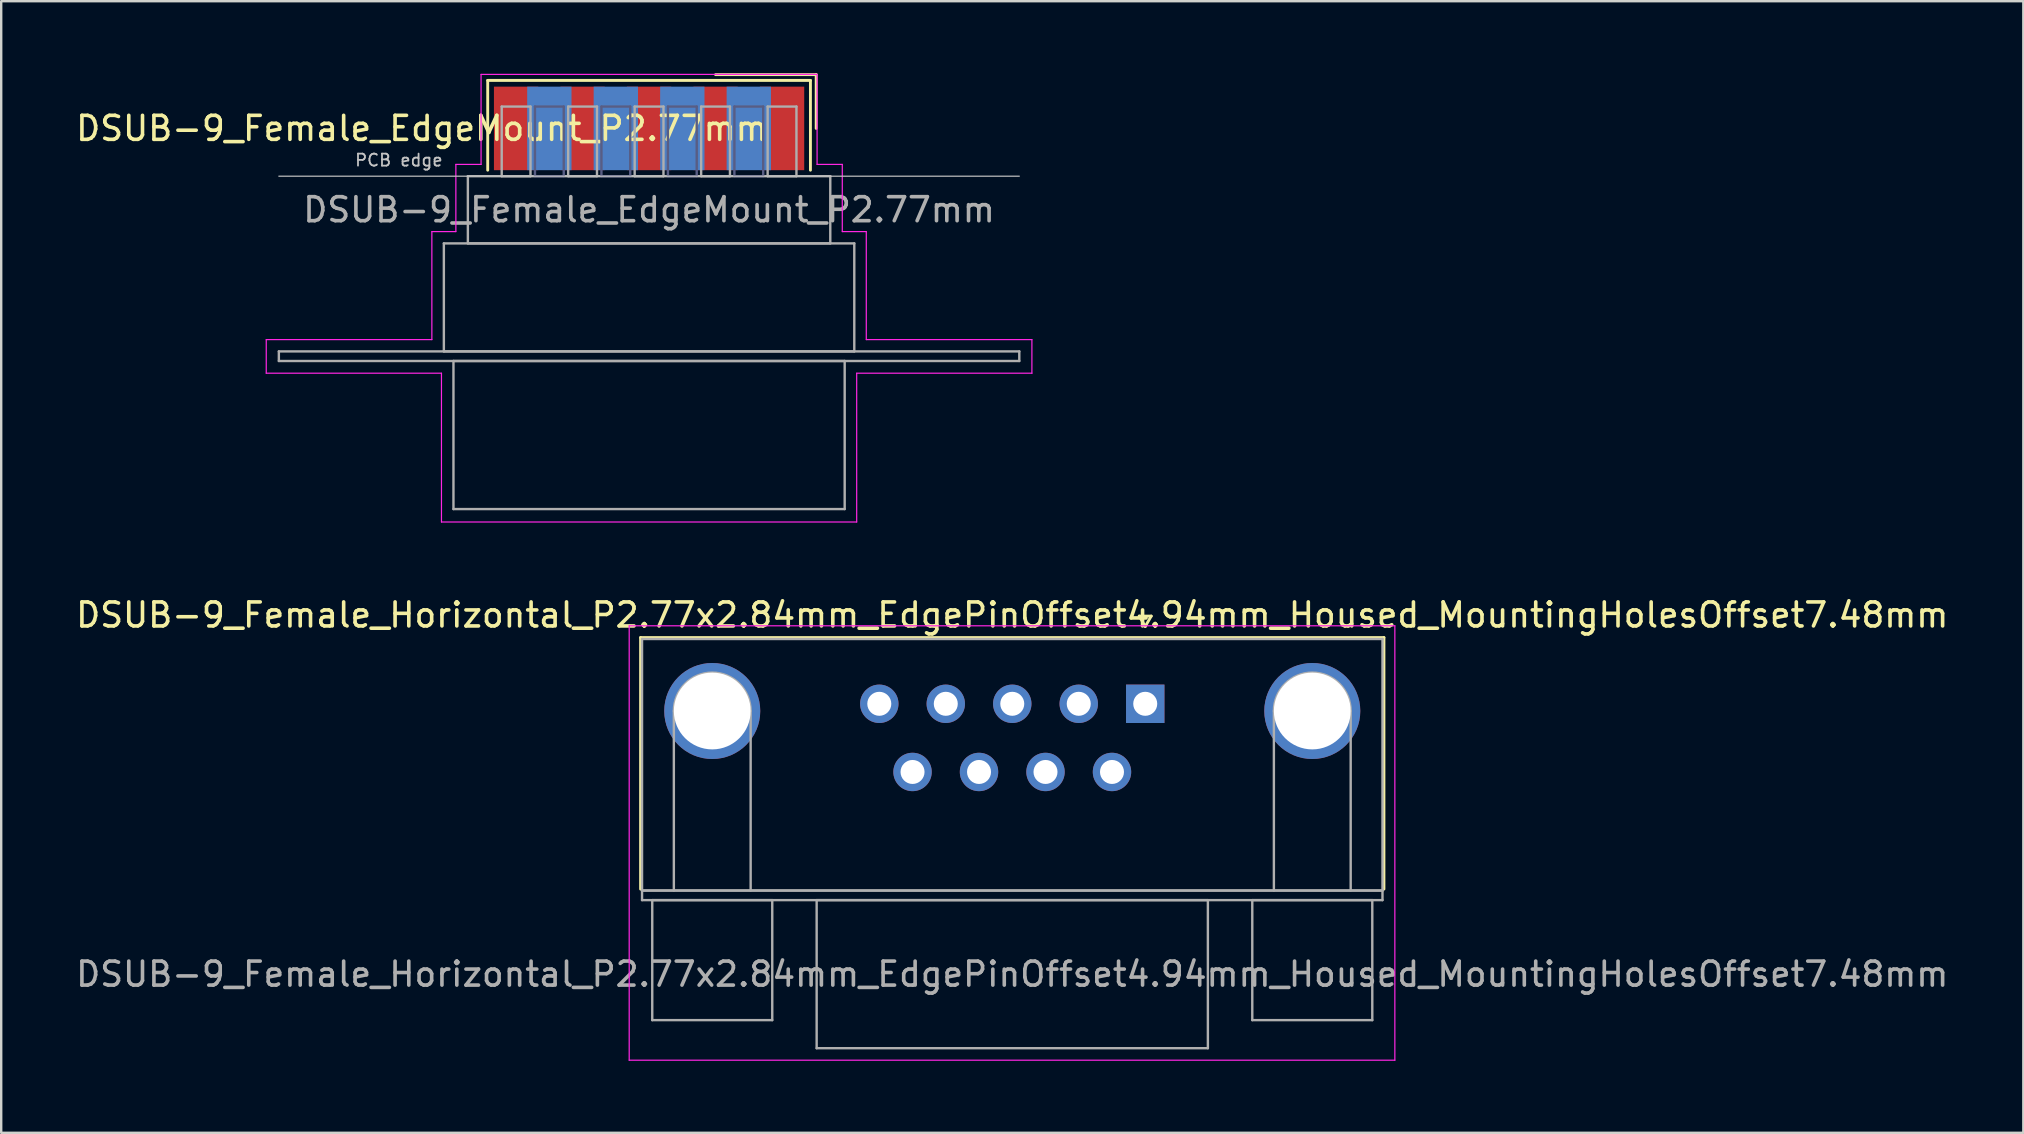
<source format=kicad_pcb>
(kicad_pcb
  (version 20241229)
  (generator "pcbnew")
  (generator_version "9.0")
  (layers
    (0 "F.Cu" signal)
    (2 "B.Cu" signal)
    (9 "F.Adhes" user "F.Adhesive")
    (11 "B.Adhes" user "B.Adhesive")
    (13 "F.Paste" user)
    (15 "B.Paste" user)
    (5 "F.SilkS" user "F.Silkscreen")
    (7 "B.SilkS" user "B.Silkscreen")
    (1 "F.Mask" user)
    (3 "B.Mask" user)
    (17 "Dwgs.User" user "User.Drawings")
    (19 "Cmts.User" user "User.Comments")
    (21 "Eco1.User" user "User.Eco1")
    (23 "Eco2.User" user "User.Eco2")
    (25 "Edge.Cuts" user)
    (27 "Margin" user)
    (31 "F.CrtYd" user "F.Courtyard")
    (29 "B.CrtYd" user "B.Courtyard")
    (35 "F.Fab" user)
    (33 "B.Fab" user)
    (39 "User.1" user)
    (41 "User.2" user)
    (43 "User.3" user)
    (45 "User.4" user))
  (footprint "DSUB-9_Female_Horizontal_P2.77x2.84mm_EdgePinOffset4.94mm_Housed_MountingHolesOffset7.48mm"
    (layer "F.Cu")
    (at 44.665 26.273)
    (property "Reference" "DSUB-9_Female_Horizontal_P2.77x2.84mm_EdgePinOffset4.94mm_Housed_MountingHolesOffset7.48mm" (at -5.54 -3.7 0) (layer "F.SilkS") (effects (font (size 1 1) (thickness 0.15))))
    (attr through_hole)
    (fp_line (start -21.025 -2.76) (end 9.945 -2.76) (stroke (width 0.12) (type solid)) (layer "F.SilkS"))
    (fp_line (start -21.025 7.72) (end -21.025 -2.76) (stroke (width 0.12) (type solid)) (layer "F.SilkS"))
    (fp_line (start -0.25 -3.654) (end 0.25 -3.654) (stroke (width 0.12) (type solid)) (layer "F.SilkS"))
    (fp_line (start 0 -3.221) (end -0.25 -3.654) (stroke (width 0.12) (type solid)) (layer "F.SilkS"))
    (fp_line (start 0.25 -3.654) (end 0 -3.221) (stroke (width 0.12) (type solid)) (layer "F.SilkS"))
    (fp_line (start 9.945 -2.76) (end 9.945 7.72) (stroke (width 0.12) (type solid)) (layer "F.SilkS"))
    (fp_line (start -21.5 -3.25) (end -21.5 14.85) (stroke (width 0.05) (type solid)) (layer "F.CrtYd"))
    (fp_line (start -21.5 14.85) (end 10.4 14.85) (stroke (width 0.05) (type solid)) (layer "F.CrtYd"))
    (fp_line (start 10.4 -3.25) (end -21.5 -3.25) (stroke (width 0.05) (type solid)) (layer "F.CrtYd"))
    (fp_line (start 10.4 14.85) (end 10.4 -3.25) (stroke (width 0.05) (type solid)) (layer "F.CrtYd"))
    (fp_line (start -20.965 -2.7) (end -20.965 7.78) (stroke (width 0.1) (type solid)) (layer "F.Fab"))
    (fp_line (start -20.965 7.78) (end -20.965 8.18) (stroke (width 0.1) (type solid)) (layer "F.Fab"))
    (fp_line (start -20.965 7.78) (end 9.885 7.78) (stroke (width 0.1) (type solid)) (layer "F.Fab"))
    (fp_line (start -20.965 8.18) (end 9.885 8.18) (stroke (width 0.1) (type solid)) (layer "F.Fab"))
    (fp_line (start -20.54 8.18) (end -20.54 13.18) (stroke (width 0.1) (type solid)) (layer "F.Fab"))
    (fp_line (start -20.54 13.18) (end -15.54 13.18) (stroke (width 0.1) (type solid)) (layer "F.Fab"))
    (fp_line (start -19.64 7.78) (end -19.64 0.3) (stroke (width 0.1) (type solid)) (layer "F.Fab"))
    (fp_line (start -16.44 7.78) (end -16.44 0.3) (stroke (width 0.1) (type solid)) (layer "F.Fab"))
    (fp_line (start -15.54 8.18) (end -20.54 8.18) (stroke (width 0.1) (type solid)) (layer "F.Fab"))
    (fp_line (start -15.54 13.18) (end -15.54 8.18) (stroke (width 0.1) (type solid)) (layer "F.Fab"))
    (fp_line (start -13.69 8.18) (end -13.69 14.35) (stroke (width 0.1) (type solid)) (layer "F.Fab"))
    (fp_line (start -13.69 14.35) (end 2.61 14.35) (stroke (width 0.1) (type solid)) (layer "F.Fab"))
    (fp_line (start 2.61 8.18) (end -13.69 8.18) (stroke (width 0.1) (type solid)) (layer "F.Fab"))
    (fp_line (start 2.61 14.35) (end 2.61 8.18) (stroke (width 0.1) (type solid)) (layer "F.Fab"))
    (fp_line (start 4.46 8.18) (end 4.46 13.18) (stroke (width 0.1) (type solid)) (layer "F.Fab"))
    (fp_line (start 4.46 13.18) (end 9.46 13.18) (stroke (width 0.1) (type solid)) (layer "F.Fab"))
    (fp_line (start 5.36 7.78) (end 5.36 0.3) (stroke (width 0.1) (type solid)) (layer "F.Fab"))
    (fp_line (start 8.56 7.78) (end 8.56 0.3) (stroke (width 0.1) (type solid)) (layer "F.Fab"))
    (fp_line (start 9.46 8.18) (end 4.46 8.18) (stroke (width 0.1) (type solid)) (layer "F.Fab"))
    (fp_line (start 9.46 13.18) (end 9.46 8.18) (stroke (width 0.1) (type solid)) (layer "F.Fab"))
    (fp_line (start 9.885 -2.7) (end -20.965 -2.7) (stroke (width 0.1) (type solid)) (layer "F.Fab"))
    (fp_line (start 9.885 7.78) (end -20.965 7.78) (stroke (width 0.1) (type solid)) (layer "F.Fab"))
    (fp_line (start 9.885 7.78) (end 9.885 -2.7) (stroke (width 0.1) (type solid)) (layer "F.Fab"))
    (fp_line (start 9.885 8.18) (end 9.885 7.78) (stroke (width 0.1) (type solid)) (layer "F.Fab"))
    (fp_arc (start -19.64 0.3) (mid -18.04 -1.3) (end -16.44 0.3) (stroke (width 0.1) (type solid)) (layer "F.Fab"))
    (fp_arc (start 5.36 0.3) (mid 6.96 -1.3) (end 8.56 0.3) (stroke (width 0.1) (type solid)) (layer "F.Fab"))
    (fp_text user "${REFERENCE}" (at -5.54 11.265 0) (layer "F.Fab") (effects (font (size 1 1) (thickness 0.15))))
    (pad "0" thru_hole circle (at -18.04 0.3) (size 4 4) (drill 3.2) (layers "*.Cu" "*.Mask"))
    (pad "0" thru_hole circle (at 6.96 0.3) (size 4 4) (drill 3.2) (layers "*.Cu" "*.Mask"))
    (pad "1" thru_hole rect (at 0 0) (size 1.6 1.6) (drill 1) (layers "*.Cu" "*.Mask"))
    (pad "2" thru_hole circle (at -2.77 0) (size 1.6 1.6) (drill 1) (layers "*.Cu" "*.Mask"))
    (pad "3" thru_hole circle (at -5.54 0) (size 1.6 1.6) (drill 1) (layers "*.Cu" "*.Mask"))
    (pad "4" thru_hole circle (at -8.31 0) (size 1.6 1.6) (drill 1) (layers "*.Cu" "*.Mask"))
    (pad "5" thru_hole circle (at -11.08 0) (size 1.6 1.6) (drill 1) (layers "*.Cu" "*.Mask"))
    (pad "6" thru_hole circle (at -1.385 2.84) (size 1.6 1.6) (drill 1) (layers "*.Cu" "*.Mask"))
    (pad "7" thru_hole circle (at -4.155 2.84) (size 1.6 1.6) (drill 1) (layers "*.Cu" "*.Mask"))
    (pad "8" thru_hole circle (at -6.925 2.84) (size 1.6 1.6) (drill 1) (layers "*.Cu" "*.Mask"))
    (pad "9" thru_hole circle (at -9.695 2.84) (size 1.6 1.6) (drill 1) (layers "*.Cu" "*.Mask")))
  (footprint "DSUB-9_Female_EdgeMount_P2.77mm"
    (layer "F.Cu")
    (at 23.993 2.3)
    (property "Reference" "DSUB-9_Female_EdgeMount_P2.77mm" (at -9.463 0 0) (layer "F.SilkS") (effects (font (size 1 1) (thickness 0.15))))
    (attr smd)
    (fp_line (start -6.723 -2) (end -6.723 1.74) (stroke (width 0.12) (type solid)) (layer "F.SilkS"))
    (fp_line (start 6.723 -2) (end -6.723 -2) (stroke (width 0.12) (type solid)) (layer "F.SilkS"))
    (fp_line (start 6.723 1.74) (end 6.723 -2) (stroke (width 0.12) (type solid)) (layer "F.SilkS"))
    (fp_line (start 6.963 -2.24) (end 2.77 -2.24) (stroke (width 0.12) (type solid)) (layer "F.SilkS"))
    (fp_line (start 6.963 0) (end 6.963 -2.24) (stroke (width 0.12) (type solid)) (layer "F.SilkS"))
    (fp_line (start -15.425 1.99) (end 15.425 1.99) (stroke (width 0.05) (type solid)) (layer "Dwgs.User"))
    (fp_line (start -15.95 8.8) (end -9.05 8.8) (stroke (width 0.05) (type solid)) (layer "F.CrtYd"))
    (fp_line (start -15.95 10.2) (end -15.95 8.8) (stroke (width 0.05) (type solid)) (layer "F.CrtYd"))
    (fp_line (start -9.05 4.3) (end -8.05 4.3) (stroke (width 0.05) (type solid)) (layer "F.CrtYd"))
    (fp_line (start -9.05 8.8) (end -9.05 4.3) (stroke (width 0.05) (type solid)) (layer "F.CrtYd"))
    (fp_line (start -8.65 10.2) (end -15.95 10.2) (stroke (width 0.05) (type solid)) (layer "F.CrtYd"))
    (fp_line (start -8.65 16.4) (end -8.65 10.2) (stroke (width 0.05) (type solid)) (layer "F.CrtYd"))
    (fp_line (start -8.05 1.5) (end -7 1.5) (stroke (width 0.05) (type solid)) (layer "F.CrtYd"))
    (fp_line (start -8.05 4.3) (end -8.05 1.5) (stroke (width 0.05) (type solid)) (layer "F.CrtYd"))
    (fp_line (start -7 -2.25) (end 7 -2.25) (stroke (width 0.05) (type solid)) (layer "F.CrtYd"))
    (fp_line (start -7 1.5) (end -7 -2.25) (stroke (width 0.05) (type solid)) (layer "F.CrtYd"))
    (fp_line (start 7 -2.25) (end 7 1.5) (stroke (width 0.05) (type solid)) (layer "F.CrtYd"))
    (fp_line (start 7 1.5) (end 8.05 1.5) (stroke (width 0.05) (type solid)) (layer "F.CrtYd"))
    (fp_line (start 8.05 1.5) (end 8.05 4.3) (stroke (width 0.05) (type solid)) (layer "F.CrtYd"))
    (fp_line (start 8.05 4.3) (end 9.05 4.3) (stroke (width 0.05) (type solid)) (layer "F.CrtYd"))
    (fp_line (start 8.65 10.2) (end 8.65 16.4) (stroke (width 0.05) (type solid)) (layer "F.CrtYd"))
    (fp_line (start 8.65 16.4) (end -8.65 16.4) (stroke (width 0.05) (type solid)) (layer "F.CrtYd"))
    (fp_line (start 9.05 4.3) (end 9.05 8.8) (stroke (width 0.05) (type solid)) (layer "F.CrtYd"))
    (fp_line (start 9.05 8.8) (end 15.95 8.8) (stroke (width 0.05) (type solid)) (layer "F.CrtYd"))
    (fp_line (start 15.95 8.8) (end 15.95 10.2) (stroke (width 0.05) (type solid)) (layer "F.CrtYd"))
    (fp_line (start 15.95 10.2) (end 8.65 10.2) (stroke (width 0.05) (type solid)) (layer "F.CrtYd"))
    (fp_line (start -4.755 -0.91) (end -4.755 1.99) (stroke (width 0.1) (type solid)) (layer "B.Fab"))
    (fp_line (start -4.755 1.99) (end -3.555 1.99) (stroke (width 0.1) (type solid)) (layer "B.Fab"))
    (fp_line (start -3.555 -0.91) (end -4.755 -0.91) (stroke (width 0.1) (type solid)) (layer "B.Fab"))
    (fp_line (start -3.555 1.99) (end -3.555 -0.91) (stroke (width 0.1) (type solid)) (layer "B.Fab"))
    (fp_line (start -1.985 -0.91) (end -1.985 1.99) (stroke (width 0.1) (type solid)) (layer "B.Fab"))
    (fp_line (start -1.985 1.99) (end -0.785 1.99) (stroke (width 0.1) (type solid)) (layer "B.Fab"))
    (fp_line (start -0.785 -0.91) (end -1.985 -0.91) (stroke (width 0.1) (type solid)) (layer "B.Fab"))
    (fp_line (start -0.785 1.99) (end -0.785 -0.91) (stroke (width 0.1) (type solid)) (layer "B.Fab"))
    (fp_line (start 0.785 -0.91) (end 0.785 1.99) (stroke (width 0.1) (type solid)) (layer "B.Fab"))
    (fp_line (start 0.785 1.99) (end 1.985 1.99) (stroke (width 0.1) (type solid)) (layer "B.Fab"))
    (fp_line (start 1.985 -0.91) (end 0.785 -0.91) (stroke (width 0.1) (type solid)) (layer "B.Fab"))
    (fp_line (start 1.985 1.99) (end 1.985 -0.91) (stroke (width 0.1) (type solid)) (layer "B.Fab"))
    (fp_line (start 3.555 -0.91) (end 3.555 1.99) (stroke (width 0.1) (type solid)) (layer "B.Fab"))
    (fp_line (start 3.555 1.99) (end 4.755 1.99) (stroke (width 0.1) (type solid)) (layer "B.Fab"))
    (fp_line (start 4.755 -0.91) (end 3.555 -0.91) (stroke (width 0.1) (type solid)) (layer "B.Fab"))
    (fp_line (start 4.755 1.99) (end 4.755 -0.91) (stroke (width 0.1) (type solid)) (layer "B.Fab"))
    (fp_line (start -15.425 9.29) (end -15.425 9.69) (stroke (width 0.1) (type solid)) (layer "F.Fab"))
    (fp_line (start -15.425 9.69) (end 15.425 9.69) (stroke (width 0.1) (type solid)) (layer "F.Fab"))
    (fp_line (start -8.55 4.79) (end -8.55 9.29) (stroke (width 0.1) (type solid)) (layer "F.Fab"))
    (fp_line (start -8.55 9.29) (end 8.55 9.29) (stroke (width 0.1) (type solid)) (layer "F.Fab"))
    (fp_line (start -8.15 9.69) (end -8.15 15.86) (stroke (width 0.1) (type solid)) (layer "F.Fab"))
    (fp_line (start -8.15 15.86) (end 8.15 15.86) (stroke (width 0.1) (type solid)) (layer "F.Fab"))
    (fp_line (start -7.55 1.99) (end -7.55 4.79) (stroke (width 0.1) (type solid)) (layer "F.Fab"))
    (fp_line (start -7.55 4.79) (end 7.55 4.79) (stroke (width 0.1) (type solid)) (layer "F.Fab"))
    (fp_line (start -6.14 -0.91) (end -6.14 1.99) (stroke (width 0.1) (type solid)) (layer "F.Fab"))
    (fp_line (start -6.14 1.99) (end -4.94 1.99) (stroke (width 0.1) (type solid)) (layer "F.Fab"))
    (fp_line (start -4.94 -0.91) (end -6.14 -0.91) (stroke (width 0.1) (type solid)) (layer "F.Fab"))
    (fp_line (start -4.94 1.99) (end -4.94 -0.91) (stroke (width 0.1) (type solid)) (layer "F.Fab"))
    (fp_line (start -3.37 -0.91) (end -3.37 1.99) (stroke (width 0.1) (type solid)) (layer "F.Fab"))
    (fp_line (start -3.37 1.99) (end -2.17 1.99) (stroke (width 0.1) (type solid)) (layer "F.Fab"))
    (fp_line (start -2.17 -0.91) (end -3.37 -0.91) (stroke (width 0.1) (type solid)) (layer "F.Fab"))
    (fp_line (start -2.17 1.99) (end -2.17 -0.91) (stroke (width 0.1) (type solid)) (layer "F.Fab"))
    (fp_line (start -0.6 -0.91) (end -0.6 1.99) (stroke (width 0.1) (type solid)) (layer "F.Fab"))
    (fp_line (start -0.6 1.99) (end 0.6 1.99) (stroke (width 0.1) (type solid)) (layer "F.Fab"))
    (fp_line (start 0.6 -0.91) (end -0.6 -0.91) (stroke (width 0.1) (type solid)) (layer "F.Fab"))
    (fp_line (start 0.6 1.99) (end 0.6 -0.91) (stroke (width 0.1) (type solid)) (layer "F.Fab"))
    (fp_line (start 2.17 -0.91) (end 2.17 1.99) (stroke (width 0.1) (type solid)) (layer "F.Fab"))
    (fp_line (start 2.17 1.99) (end 3.37 1.99) (stroke (width 0.1) (type solid)) (layer "F.Fab"))
    (fp_line (start 3.37 -0.91) (end 2.17 -0.91) (stroke (width 0.1) (type solid)) (layer "F.Fab"))
    (fp_line (start 3.37 1.99) (end 3.37 -0.91) (stroke (width 0.1) (type solid)) (layer "F.Fab"))
    (fp_line (start 4.94 -0.91) (end 4.94 1.99) (stroke (width 0.1) (type solid)) (layer "F.Fab"))
    (fp_line (start 4.94 1.99) (end 6.14 1.99) (stroke (width 0.1) (type solid)) (layer "F.Fab"))
    (fp_line (start 6.14 -0.91) (end 4.94 -0.91) (stroke (width 0.1) (type solid)) (layer "F.Fab"))
    (fp_line (start 6.14 1.99) (end 6.14 -0.91) (stroke (width 0.1) (type solid)) (layer "F.Fab"))
    (fp_line (start 7.55 1.99) (end -7.55 1.99) (stroke (width 0.1) (type solid)) (layer "F.Fab"))
    (fp_line (start 7.55 4.79) (end 7.55 1.99) (stroke (width 0.1) (type solid)) (layer "F.Fab"))
    (fp_line (start 8.15 9.69) (end -8.15 9.69) (stroke (width 0.1) (type solid)) (layer "F.Fab"))
    (fp_line (start 8.15 15.86) (end 8.15 9.69) (stroke (width 0.1) (type solid)) (layer "F.Fab"))
    (fp_line (start 8.55 4.79) (end -8.55 4.79) (stroke (width 0.1) (type solid)) (layer "F.Fab"))
    (fp_line (start 8.55 9.29) (end 8.55 4.79) (stroke (width 0.1) (type solid)) (layer "F.Fab"))
    (fp_line (start 15.425 9.29) (end -15.425 9.29) (stroke (width 0.1) (type solid)) (layer "F.Fab"))
    (fp_line (start 15.425 9.69) (end 15.425 9.29) (stroke (width 0.1) (type solid)) (layer "F.Fab"))
    (fp_text user "PCB edge" (at -10.425 1.323 0) (layer "Dwgs.User") (effects (font (size 0.5 0.5) (thickness 0.075))))
    (fp_text user "${REFERENCE}" (at 0 3.39 0) (layer "F.Fab") (effects (font (size 1 1) (thickness 0.15))))
    (pad "1" smd rect (at 5.54 0) (size 1.847 3.48) (layers "F.Cu" "F.Mask" "F.Paste"))
    (pad "2" smd rect (at 2.77 0) (size 1.847 3.48) (layers "F.Cu" "F.Mask" "F.Paste"))
    (pad "3" smd rect (at 0 0) (size 1.847 3.48) (layers "F.Cu" "F.Mask" "F.Paste"))
    (pad "4" smd rect (at -2.77 0) (size 1.847 3.48) (layers "F.Cu" "F.Mask" "F.Paste"))
    (pad "5" smd rect (at -5.54 0) (size 1.847 3.48) (layers "F.Cu" "F.Mask" "F.Paste"))
    (pad "6" smd rect (at 4.155 0) (size 1.847 3.48) (layers "B.Cu" "B.Mask" "B.Paste"))
    (pad "7" smd rect (at 1.385 0) (size 1.847 3.48) (layers "B.Cu" "B.Mask" "B.Paste"))
    (pad "8" smd rect (at -1.385 0) (size 1.847 3.48) (layers "B.Cu" "B.Mask" "B.Paste"))
    (pad "9" smd rect (at -4.155 0) (size 1.847 3.48) (layers "B.Cu" "B.Mask" "B.Paste")))
  (gr_rect
    (start -3 -3)
    (end 81.25 44.148)
    (stroke (width 0.1) (type default))
    (fill no)
    (layer "Edge.Cuts")))
</source>
